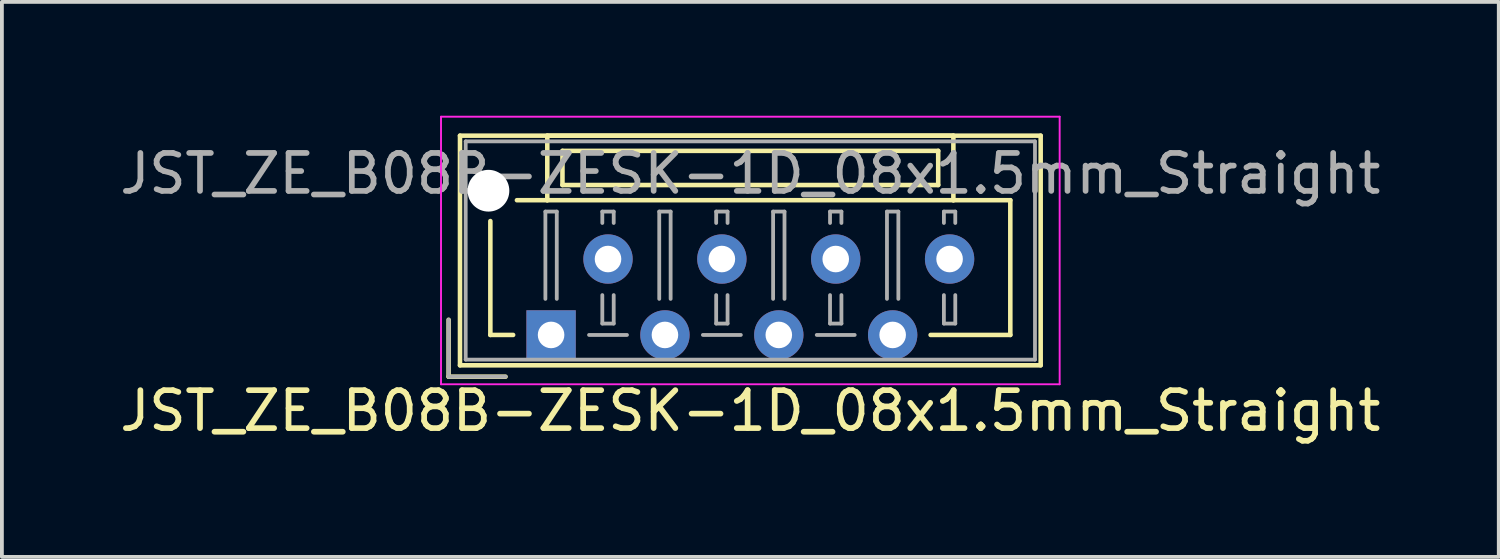
<source format=kicad_pcb>
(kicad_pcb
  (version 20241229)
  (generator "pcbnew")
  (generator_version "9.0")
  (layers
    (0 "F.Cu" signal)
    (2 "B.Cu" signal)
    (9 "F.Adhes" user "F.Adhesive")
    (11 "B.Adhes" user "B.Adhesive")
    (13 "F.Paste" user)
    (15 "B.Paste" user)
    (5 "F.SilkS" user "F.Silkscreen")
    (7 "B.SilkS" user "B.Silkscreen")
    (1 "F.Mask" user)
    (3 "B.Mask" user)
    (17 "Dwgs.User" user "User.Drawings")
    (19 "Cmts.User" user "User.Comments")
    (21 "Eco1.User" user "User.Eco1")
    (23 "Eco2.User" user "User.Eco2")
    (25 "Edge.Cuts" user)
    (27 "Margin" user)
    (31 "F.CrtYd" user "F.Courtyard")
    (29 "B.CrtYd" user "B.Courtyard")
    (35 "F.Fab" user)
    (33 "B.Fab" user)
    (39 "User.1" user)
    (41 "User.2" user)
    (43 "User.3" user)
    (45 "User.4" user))
  (footprint "JST_ZE_B08B-ZESK-1D_08x1.5mm_Straight"
    (layer "F.Cu")
    (at 11.47 5.775)
    (property "Reference" "JST_ZE_B08B-ZESK-1D_08x1.5mm_Straight" (at 5.25 2 0) (layer "F.SilkS") (effects (font (size 1 1) (thickness 0.15))))
    (attr through_hole)
    (fp_line (start -2.7 -0.4) (end -2.7 1.1) (stroke (width 0.12) (type solid)) (layer "F.SilkS"))
    (fp_line (start -2.7 1.1) (end -1.2 1.1) (stroke (width 0.12) (type solid)) (layer "F.SilkS"))
    (fp_line (start -2.4 -5.25) (end -2.4 0.8) (stroke (width 0.12) (type solid)) (layer "F.SilkS"))
    (fp_line (start -2.4 0.8) (end 12.9 0.8) (stroke (width 0.12) (type solid)) (layer "F.SilkS"))
    (fp_line (start -1.6 -3) (end -1.6 0) (stroke (width 0.12) (type solid)) (layer "F.SilkS"))
    (fp_line (start -1.6 0) (end -1 0) (stroke (width 0.12) (type solid)) (layer "F.SilkS"))
    (fp_line (start -0.1 -5.25) (end -0.1 -3.55) (stroke (width 0.12) (type solid)) (layer "F.SilkS"))
    (fp_line (start -0.1 -3.55) (end -0.9 -3.55) (stroke (width 0.12) (type solid)) (layer "F.SilkS"))
    (fp_line (start -0.1 -3.55) (end 10.6 -3.55) (stroke (width 0.12) (type solid)) (layer "F.SilkS"))
    (fp_line (start 0.3 -4.85) (end 0.3 -3.95) (stroke (width 0.12) (type solid)) (layer "F.SilkS"))
    (fp_line (start 0.3 -3.95) (end 10.2 -3.95) (stroke (width 0.12) (type solid)) (layer "F.SilkS"))
    (fp_line (start 10.2 -4.85) (end 0.3 -4.85) (stroke (width 0.12) (type solid)) (layer "F.SilkS"))
    (fp_line (start 10.2 -3.95) (end 10.2 -4.85) (stroke (width 0.12) (type solid)) (layer "F.SilkS"))
    (fp_line (start 10.6 -5.25) (end -0.1 -5.25) (stroke (width 0.12) (type solid)) (layer "F.SilkS"))
    (fp_line (start 10.6 -3.55) (end 10.6 -5.25) (stroke (width 0.12) (type solid)) (layer "F.SilkS"))
    (fp_line (start 10.6 -3.55) (end 12.1 -3.55) (stroke (width 0.12) (type solid)) (layer "F.SilkS"))
    (fp_line (start 12.1 -3.55) (end 12.1 0) (stroke (width 0.12) (type solid)) (layer "F.SilkS"))
    (fp_line (start 12.1 0) (end 10 0) (stroke (width 0.12) (type solid)) (layer "F.SilkS"))
    (fp_line (start 12.9 -5.25) (end -2.4 -5.25) (stroke (width 0.12) (type solid)) (layer "F.SilkS"))
    (fp_line (start 12.9 0.8) (end 12.9 -5.25) (stroke (width 0.12) (type solid)) (layer "F.SilkS"))
    (fp_line (start -2.9 -5.75) (end -2.9 1.3) (stroke (width 0.05) (type solid)) (layer "F.CrtYd"))
    (fp_line (start -2.9 1.3) (end 13.4 1.3) (stroke (width 0.05) (type solid)) (layer "F.CrtYd"))
    (fp_line (start 13.4 -5.75) (end -2.9 -5.75) (stroke (width 0.05) (type solid)) (layer "F.CrtYd"))
    (fp_line (start 13.4 1.3) (end 13.4 -5.75) (stroke (width 0.05) (type solid)) (layer "F.CrtYd"))
    (fp_line (start -2.7 -0.4) (end -2.7 1.1) (stroke (width 0.1) (type solid)) (layer "F.Fab"))
    (fp_line (start -2.7 1.1) (end -1.2 1.1) (stroke (width 0.1) (type solid)) (layer "F.Fab"))
    (fp_line (start -2.25 -5.1) (end -2.25 0.65) (stroke (width 0.1) (type solid)) (layer "F.Fab"))
    (fp_line (start -2.25 0.65) (end 12.75 0.65) (stroke (width 0.1) (type solid)) (layer "F.Fab"))
    (fp_line (start -0.15 -3.25) (end 0.15 -3.25) (stroke (width 0.1) (type solid)) (layer "F.Fab"))
    (fp_line (start -0.15 -0.95) (end -0.15 -3.25) (stroke (width 0.1) (type solid)) (layer "F.Fab"))
    (fp_line (start 0.15 -3.25) (end 0.15 -0.95) (stroke (width 0.1) (type solid)) (layer "F.Fab"))
    (fp_line (start 1 0) (end 2 0) (stroke (width 0.1) (type solid)) (layer "F.Fab"))
    (fp_line (start 1.35 -3.25) (end 1.65 -3.25) (stroke (width 0.1) (type solid)) (layer "F.Fab"))
    (fp_line (start 1.35 -2.95) (end 1.35 -3.25) (stroke (width 0.1) (type solid)) (layer "F.Fab"))
    (fp_line (start 1.35 -1.05) (end 1.35 -0.3) (stroke (width 0.1) (type solid)) (layer "F.Fab"))
    (fp_line (start 1.35 -0.3) (end 1.65 -0.3) (stroke (width 0.1) (type solid)) (layer "F.Fab"))
    (fp_line (start 1.65 -3.25) (end 1.65 -2.95) (stroke (width 0.1) (type solid)) (layer "F.Fab"))
    (fp_line (start 1.65 -0.3) (end 1.65 -1.05) (stroke (width 0.1) (type solid)) (layer "F.Fab"))
    (fp_line (start 2.85 -3.25) (end 3.15 -3.25) (stroke (width 0.1) (type solid)) (layer "F.Fab"))
    (fp_line (start 2.85 -0.95) (end 2.85 -3.25) (stroke (width 0.1) (type solid)) (layer "F.Fab"))
    (fp_line (start 3.15 -3.25) (end 3.15 -0.95) (stroke (width 0.1) (type solid)) (layer "F.Fab"))
    (fp_line (start 4 0) (end 5 0) (stroke (width 0.1) (type solid)) (layer "F.Fab"))
    (fp_line (start 4.35 -3.25) (end 4.65 -3.25) (stroke (width 0.1) (type solid)) (layer "F.Fab"))
    (fp_line (start 4.35 -2.95) (end 4.35 -3.25) (stroke (width 0.1) (type solid)) (layer "F.Fab"))
    (fp_line (start 4.35 -1.05) (end 4.35 -0.3) (stroke (width 0.1) (type solid)) (layer "F.Fab"))
    (fp_line (start 4.35 -0.3) (end 4.65 -0.3) (stroke (width 0.1) (type solid)) (layer "F.Fab"))
    (fp_line (start 4.65 -3.25) (end 4.65 -2.95) (stroke (width 0.1) (type solid)) (layer "F.Fab"))
    (fp_line (start 4.65 -0.3) (end 4.65 -1.05) (stroke (width 0.1) (type solid)) (layer "F.Fab"))
    (fp_line (start 5.85 -3.25) (end 6.15 -3.25) (stroke (width 0.1) (type solid)) (layer "F.Fab"))
    (fp_line (start 5.85 -0.95) (end 5.85 -3.25) (stroke (width 0.1) (type solid)) (layer "F.Fab"))
    (fp_line (start 6.15 -3.25) (end 6.15 -0.95) (stroke (width 0.1) (type solid)) (layer "F.Fab"))
    (fp_line (start 7 0) (end 8 0) (stroke (width 0.1) (type solid)) (layer "F.Fab"))
    (fp_line (start 7.35 -3.25) (end 7.65 -3.25) (stroke (width 0.1) (type solid)) (layer "F.Fab"))
    (fp_line (start 7.35 -2.95) (end 7.35 -3.25) (stroke (width 0.1) (type solid)) (layer "F.Fab"))
    (fp_line (start 7.35 -1.05) (end 7.35 -0.3) (stroke (width 0.1) (type solid)) (layer "F.Fab"))
    (fp_line (start 7.35 -0.3) (end 7.65 -0.3) (stroke (width 0.1) (type solid)) (layer "F.Fab"))
    (fp_line (start 7.65 -3.25) (end 7.65 -2.95) (stroke (width 0.1) (type solid)) (layer "F.Fab"))
    (fp_line (start 7.65 -0.3) (end 7.65 -1.05) (stroke (width 0.1) (type solid)) (layer "F.Fab"))
    (fp_line (start 8.85 -3.25) (end 9.15 -3.25) (stroke (width 0.1) (type solid)) (layer "F.Fab"))
    (fp_line (start 8.85 -0.95) (end 8.85 -3.25) (stroke (width 0.1) (type solid)) (layer "F.Fab"))
    (fp_line (start 9.15 -3.25) (end 9.15 -0.95) (stroke (width 0.1) (type solid)) (layer "F.Fab"))
    (fp_line (start 10.35 -3.25) (end 10.65 -3.25) (stroke (width 0.1) (type solid)) (layer "F.Fab"))
    (fp_line (start 10.35 -2.95) (end 10.35 -3.25) (stroke (width 0.1) (type solid)) (layer "F.Fab"))
    (fp_line (start 10.35 -1.05) (end 10.35 -0.3) (stroke (width 0.1) (type solid)) (layer "F.Fab"))
    (fp_line (start 10.35 -0.3) (end 10.65 -0.3) (stroke (width 0.1) (type solid)) (layer "F.Fab"))
    (fp_line (start 10.65 -3.25) (end 10.65 -2.95) (stroke (width 0.1) (type solid)) (layer "F.Fab"))
    (fp_line (start 10.65 -0.3) (end 10.65 -1.05) (stroke (width 0.1) (type solid)) (layer "F.Fab"))
    (fp_line (start 12.75 -5.1) (end -2.25 -5.1) (stroke (width 0.1) (type solid)) (layer "F.Fab"))
    (fp_line (start 12.75 0.65) (end 12.75 -5.1) (stroke (width 0.1) (type solid)) (layer "F.Fab"))
    (fp_text user "${REFERENCE}" (at 5.25 -4.25 0) (layer "F.Fab") (effects (font (size 1 1) (thickness 0.15))))
    (pad "" np_thru_hole circle (at -1.65 -3.8) (size 1.1 1.1) (drill 1.1) (layers "*.Cu"))
    (pad "1" thru_hole rect (at 0 0) (size 1.3 1.3) (drill 0.7) (layers "*.Cu" "*.Mask"))
    (pad "2" thru_hole circle (at 1.5 -2) (size 1.3 1.3) (drill 0.7) (layers "*.Cu" "*.Mask"))
    (pad "3" thru_hole circle (at 3 0) (size 1.3 1.3) (drill 0.7) (layers "*.Cu" "*.Mask"))
    (pad "4" thru_hole circle (at 4.5 -2) (size 1.3 1.3) (drill 0.7) (layers "*.Cu" "*.Mask"))
    (pad "5" thru_hole circle (at 6 0) (size 1.3 1.3) (drill 0.7) (layers "*.Cu" "*.Mask"))
    (pad "6" thru_hole circle (at 7.5 -2) (size 1.3 1.3) (drill 0.7) (layers "*.Cu" "*.Mask"))
    (pad "7" thru_hole circle (at 9 0) (size 1.3 1.3) (drill 0.7) (layers "*.Cu" "*.Mask"))
    (pad "8" thru_hole circle (at 10.5 -2) (size 1.3 1.3) (drill 0.7) (layers "*.Cu" "*.Mask")))
  (gr_rect
    (start -3 -3)
    (end 36.44 11.623)
    (stroke (width 0.1) (type default))
    (fill no)
    (layer "Edge.Cuts")))
</source>
